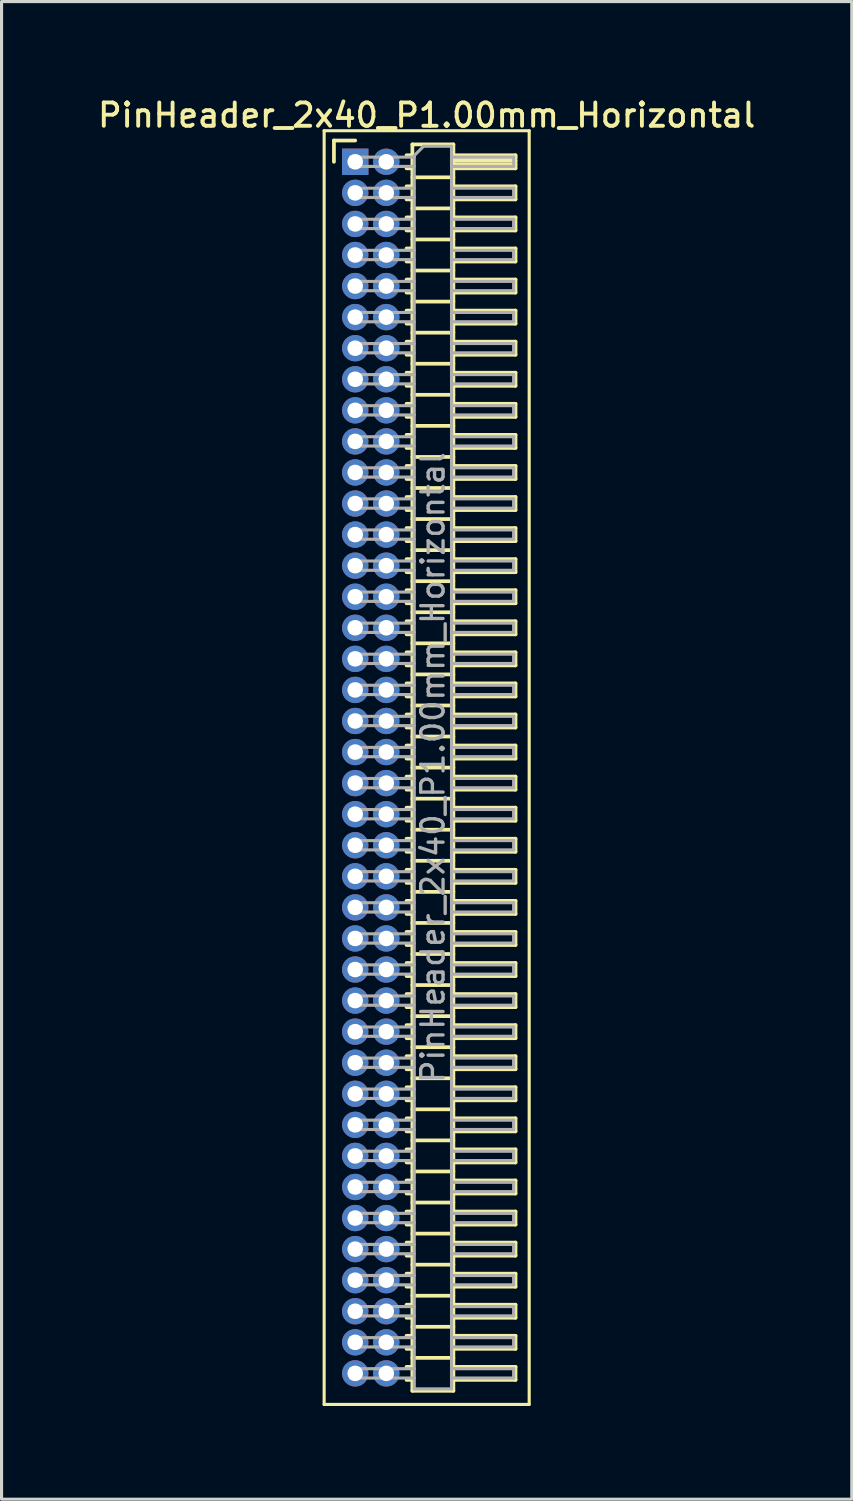
<source format=kicad_pcb>
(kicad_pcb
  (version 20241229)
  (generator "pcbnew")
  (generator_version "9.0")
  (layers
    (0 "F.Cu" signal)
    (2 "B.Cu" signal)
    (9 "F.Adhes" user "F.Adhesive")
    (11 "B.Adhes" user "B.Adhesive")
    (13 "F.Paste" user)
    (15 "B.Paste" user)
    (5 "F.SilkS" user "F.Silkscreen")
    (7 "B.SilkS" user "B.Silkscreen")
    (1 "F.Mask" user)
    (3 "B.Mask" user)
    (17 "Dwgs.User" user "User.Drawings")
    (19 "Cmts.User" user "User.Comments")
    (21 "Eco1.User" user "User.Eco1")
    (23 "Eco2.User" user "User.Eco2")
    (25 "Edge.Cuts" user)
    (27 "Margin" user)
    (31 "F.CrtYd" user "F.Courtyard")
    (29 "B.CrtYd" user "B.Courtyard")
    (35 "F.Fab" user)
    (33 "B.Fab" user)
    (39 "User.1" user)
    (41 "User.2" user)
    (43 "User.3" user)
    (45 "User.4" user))
  (footprint "PinHeader_2x40_P1.00mm_Horizontal"
    (layer "F.Cu")
    (at 8.384 2.158)
    (property "Reference" "PinHeader_2x40_P1.00mm_Horizontal" (at 2.3 -1.5 0) (layer "F.SilkS") (effects (font (size 0.75 0.75) (thickness 0.125))))
    (attr through_hole)
    (fp_line (start -1 -1) (end -1 40) (stroke (width 0.1) (type solid)) (layer "F.SilkS"))
    (fp_line (start -1 40) (end 5.6 40) (stroke (width 0.1) (type solid)) (layer "F.SilkS"))
    (fp_line (start -0.685 -0.685) (end 0 -0.685) (stroke (width 0.12) (type solid)) (layer "F.SilkS"))
    (fp_line (start -0.685 0) (end -0.685 -0.685) (stroke (width 0.12) (type solid)) (layer "F.SilkS"))
    (fp_line (start 1.652 -0.21) (end 1.84 -0.21) (stroke (width 0.12) (type solid)) (layer "F.SilkS"))
    (fp_line (start 1.652 0.21) (end 1.84 0.21) (stroke (width 0.12) (type solid)) (layer "F.SilkS"))
    (fp_line (start 1.652 0.79) (end 1.84 0.79) (stroke (width 0.12) (type solid)) (layer "F.SilkS"))
    (fp_line (start 1.652 1.21) (end 1.84 1.21) (stroke (width 0.12) (type solid)) (layer "F.SilkS"))
    (fp_line (start 1.652 1.79) (end 1.84 1.79) (stroke (width 0.12) (type solid)) (layer "F.SilkS"))
    (fp_line (start 1.652 2.21) (end 1.84 2.21) (stroke (width 0.12) (type solid)) (layer "F.SilkS"))
    (fp_line (start 1.652 2.79) (end 1.84 2.79) (stroke (width 0.12) (type solid)) (layer "F.SilkS"))
    (fp_line (start 1.652 3.21) (end 1.84 3.21) (stroke (width 0.12) (type solid)) (layer "F.SilkS"))
    (fp_line (start 1.652 3.79) (end 1.84 3.79) (stroke (width 0.12) (type solid)) (layer "F.SilkS"))
    (fp_line (start 1.652 4.21) (end 1.84 4.21) (stroke (width 0.12) (type solid)) (layer "F.SilkS"))
    (fp_line (start 1.652 4.79) (end 1.84 4.79) (stroke (width 0.12) (type solid)) (layer "F.SilkS"))
    (fp_line (start 1.652 5.21) (end 1.84 5.21) (stroke (width 0.12) (type solid)) (layer "F.SilkS"))
    (fp_line (start 1.652 5.79) (end 1.84 5.79) (stroke (width 0.12) (type solid)) (layer "F.SilkS"))
    (fp_line (start 1.652 6.21) (end 1.84 6.21) (stroke (width 0.12) (type solid)) (layer "F.SilkS"))
    (fp_line (start 1.652 6.79) (end 1.84 6.79) (stroke (width 0.12) (type solid)) (layer "F.SilkS"))
    (fp_line (start 1.652 7.21) (end 1.84 7.21) (stroke (width 0.12) (type solid)) (layer "F.SilkS"))
    (fp_line (start 1.652 7.79) (end 1.84 7.79) (stroke (width 0.12) (type solid)) (layer "F.SilkS"))
    (fp_line (start 1.652 8.21) (end 1.84 8.21) (stroke (width 0.12) (type solid)) (layer "F.SilkS"))
    (fp_line (start 1.652 8.79) (end 1.84 8.79) (stroke (width 0.12) (type solid)) (layer "F.SilkS"))
    (fp_line (start 1.652 9.21) (end 1.84 9.21) (stroke (width 0.12) (type solid)) (layer "F.SilkS"))
    (fp_line (start 1.652 9.79) (end 1.84 9.79) (stroke (width 0.12) (type solid)) (layer "F.SilkS"))
    (fp_line (start 1.652 10.21) (end 1.84 10.21) (stroke (width 0.12) (type solid)) (layer "F.SilkS"))
    (fp_line (start 1.652 10.79) (end 1.84 10.79) (stroke (width 0.12) (type solid)) (layer "F.SilkS"))
    (fp_line (start 1.652 11.21) (end 1.84 11.21) (stroke (width 0.12) (type solid)) (layer "F.SilkS"))
    (fp_line (start 1.652 11.79) (end 1.84 11.79) (stroke (width 0.12) (type solid)) (layer "F.SilkS"))
    (fp_line (start 1.652 12.21) (end 1.84 12.21) (stroke (width 0.12) (type solid)) (layer "F.SilkS"))
    (fp_line (start 1.652 12.79) (end 1.84 12.79) (stroke (width 0.12) (type solid)) (layer "F.SilkS"))
    (fp_line (start 1.652 13.21) (end 1.84 13.21) (stroke (width 0.12) (type solid)) (layer "F.SilkS"))
    (fp_line (start 1.652 13.79) (end 1.84 13.79) (stroke (width 0.12) (type solid)) (layer "F.SilkS"))
    (fp_line (start 1.652 14.21) (end 1.84 14.21) (stroke (width 0.12) (type solid)) (layer "F.SilkS"))
    (fp_line (start 1.652 14.79) (end 1.84 14.79) (stroke (width 0.12) (type solid)) (layer "F.SilkS"))
    (fp_line (start 1.652 15.21) (end 1.84 15.21) (stroke (width 0.12) (type solid)) (layer "F.SilkS"))
    (fp_line (start 1.652 15.79) (end 1.84 15.79) (stroke (width 0.12) (type solid)) (layer "F.SilkS"))
    (fp_line (start 1.652 16.21) (end 1.84 16.21) (stroke (width 0.12) (type solid)) (layer "F.SilkS"))
    (fp_line (start 1.652 16.79) (end 1.84 16.79) (stroke (width 0.12) (type solid)) (layer "F.SilkS"))
    (fp_line (start 1.652 17.21) (end 1.84 17.21) (stroke (width 0.12) (type solid)) (layer "F.SilkS"))
    (fp_line (start 1.652 17.79) (end 1.84 17.79) (stroke (width 0.12) (type solid)) (layer "F.SilkS"))
    (fp_line (start 1.652 18.21) (end 1.84 18.21) (stroke (width 0.12) (type solid)) (layer "F.SilkS"))
    (fp_line (start 1.652 18.79) (end 1.84 18.79) (stroke (width 0.12) (type solid)) (layer "F.SilkS"))
    (fp_line (start 1.652 19.21) (end 1.84 19.21) (stroke (width 0.12) (type solid)) (layer "F.SilkS"))
    (fp_line (start 1.652 19.79) (end 1.84 19.79) (stroke (width 0.12) (type solid)) (layer "F.SilkS"))
    (fp_line (start 1.652 20.21) (end 1.84 20.21) (stroke (width 0.12) (type solid)) (layer "F.SilkS"))
    (fp_line (start 1.652 20.79) (end 1.84 20.79) (stroke (width 0.12) (type solid)) (layer "F.SilkS"))
    (fp_line (start 1.652 21.21) (end 1.84 21.21) (stroke (width 0.12) (type solid)) (layer "F.SilkS"))
    (fp_line (start 1.652 21.79) (end 1.84 21.79) (stroke (width 0.12) (type solid)) (layer "F.SilkS"))
    (fp_line (start 1.652 22.21) (end 1.84 22.21) (stroke (width 0.12) (type solid)) (layer "F.SilkS"))
    (fp_line (start 1.652 22.79) (end 1.84 22.79) (stroke (width 0.12) (type solid)) (layer "F.SilkS"))
    (fp_line (start 1.652 23.21) (end 1.84 23.21) (stroke (width 0.12) (type solid)) (layer "F.SilkS"))
    (fp_line (start 1.652 23.79) (end 1.84 23.79) (stroke (width 0.12) (type solid)) (layer "F.SilkS"))
    (fp_line (start 1.652 24.21) (end 1.84 24.21) (stroke (width 0.12) (type solid)) (layer "F.SilkS"))
    (fp_line (start 1.652 24.79) (end 1.84 24.79) (stroke (width 0.12) (type solid)) (layer "F.SilkS"))
    (fp_line (start 1.652 25.21) (end 1.84 25.21) (stroke (width 0.12) (type solid)) (layer "F.SilkS"))
    (fp_line (start 1.652 25.79) (end 1.84 25.79) (stroke (width 0.12) (type solid)) (layer "F.SilkS"))
    (fp_line (start 1.652 26.21) (end 1.84 26.21) (stroke (width 0.12) (type solid)) (layer "F.SilkS"))
    (fp_line (start 1.652 26.79) (end 1.84 26.79) (stroke (width 0.12) (type solid)) (layer "F.SilkS"))
    (fp_line (start 1.652 27.21) (end 1.84 27.21) (stroke (width 0.12) (type solid)) (layer "F.SilkS"))
    (fp_line (start 1.652 27.79) (end 1.84 27.79) (stroke (width 0.12) (type solid)) (layer "F.SilkS"))
    (fp_line (start 1.652 28.21) (end 1.84 28.21) (stroke (width 0.12) (type solid)) (layer "F.SilkS"))
    (fp_line (start 1.652 28.79) (end 1.84 28.79) (stroke (width 0.12) (type solid)) (layer "F.SilkS"))
    (fp_line (start 1.652 29.21) (end 1.84 29.21) (stroke (width 0.12) (type solid)) (layer "F.SilkS"))
    (fp_line (start 1.652 29.79) (end 1.84 29.79) (stroke (width 0.12) (type solid)) (layer "F.SilkS"))
    (fp_line (start 1.652 30.21) (end 1.84 30.21) (stroke (width 0.12) (type solid)) (layer "F.SilkS"))
    (fp_line (start 1.652 30.79) (end 1.84 30.79) (stroke (width 0.12) (type solid)) (layer "F.SilkS"))
    (fp_line (start 1.652 31.21) (end 1.84 31.21) (stroke (width 0.12) (type solid)) (layer "F.SilkS"))
    (fp_line (start 1.652 31.79) (end 1.84 31.79) (stroke (width 0.12) (type solid)) (layer "F.SilkS"))
    (fp_line (start 1.652 32.21) (end 1.84 32.21) (stroke (width 0.12) (type solid)) (layer "F.SilkS"))
    (fp_line (start 1.652 32.79) (end 1.84 32.79) (stroke (width 0.12) (type solid)) (layer "F.SilkS"))
    (fp_line (start 1.652 33.21) (end 1.84 33.21) (stroke (width 0.12) (type solid)) (layer "F.SilkS"))
    (fp_line (start 1.652 33.79) (end 1.84 33.79) (stroke (width 0.12) (type solid)) (layer "F.SilkS"))
    (fp_line (start 1.652 34.21) (end 1.84 34.21) (stroke (width 0.12) (type solid)) (layer "F.SilkS"))
    (fp_line (start 1.652 34.79) (end 1.84 34.79) (stroke (width 0.12) (type solid)) (layer "F.SilkS"))
    (fp_line (start 1.652 35.21) (end 1.84 35.21) (stroke (width 0.12) (type solid)) (layer "F.SilkS"))
    (fp_line (start 1.652 35.79) (end 1.84 35.79) (stroke (width 0.12) (type solid)) (layer "F.SilkS"))
    (fp_line (start 1.652 36.21) (end 1.84 36.21) (stroke (width 0.12) (type solid)) (layer "F.SilkS"))
    (fp_line (start 1.652 36.79) (end 1.84 36.79) (stroke (width 0.12) (type solid)) (layer "F.SilkS"))
    (fp_line (start 1.652 37.21) (end 1.84 37.21) (stroke (width 0.12) (type solid)) (layer "F.SilkS"))
    (fp_line (start 1.652 37.79) (end 1.84 37.79) (stroke (width 0.12) (type solid)) (layer "F.SilkS"))
    (fp_line (start 1.652 38.21) (end 1.84 38.21) (stroke (width 0.12) (type solid)) (layer "F.SilkS"))
    (fp_line (start 1.652 38.79) (end 1.84 38.79) (stroke (width 0.12) (type solid)) (layer "F.SilkS"))
    (fp_line (start 1.652 39.21) (end 1.84 39.21) (stroke (width 0.12) (type solid)) (layer "F.SilkS"))
    (fp_line (start 1.84 -0.56) (end 1.84 39.56) (stroke (width 0.12) (type solid)) (layer "F.SilkS"))
    (fp_line (start 1.84 0.5) (end 3.16 0.5) (stroke (width 0.12) (type solid)) (layer "F.SilkS"))
    (fp_line (start 1.84 1.5) (end 3.16 1.5) (stroke (width 0.12) (type solid)) (layer "F.SilkS"))
    (fp_line (start 1.84 2.5) (end 3.16 2.5) (stroke (width 0.12) (type solid)) (layer "F.SilkS"))
    (fp_line (start 1.84 3.5) (end 3.16 3.5) (stroke (width 0.12) (type solid)) (layer "F.SilkS"))
    (fp_line (start 1.84 4.5) (end 3.16 4.5) (stroke (width 0.12) (type solid)) (layer "F.SilkS"))
    (fp_line (start 1.84 5.5) (end 3.16 5.5) (stroke (width 0.12) (type solid)) (layer "F.SilkS"))
    (fp_line (start 1.84 6.5) (end 3.16 6.5) (stroke (width 0.12) (type solid)) (layer "F.SilkS"))
    (fp_line (start 1.84 7.5) (end 3.16 7.5) (stroke (width 0.12) (type solid)) (layer "F.SilkS"))
    (fp_line (start 1.84 8.5) (end 3.16 8.5) (stroke (width 0.12) (type solid)) (layer "F.SilkS"))
    (fp_line (start 1.84 9.5) (end 3.16 9.5) (stroke (width 0.12) (type solid)) (layer "F.SilkS"))
    (fp_line (start 1.84 10.5) (end 3.16 10.5) (stroke (width 0.12) (type solid)) (layer "F.SilkS"))
    (fp_line (start 1.84 11.5) (end 3.16 11.5) (stroke (width 0.12) (type solid)) (layer "F.SilkS"))
    (fp_line (start 1.84 12.5) (end 3.16 12.5) (stroke (width 0.12) (type solid)) (layer "F.SilkS"))
    (fp_line (start 1.84 13.5) (end 3.16 13.5) (stroke (width 0.12) (type solid)) (layer "F.SilkS"))
    (fp_line (start 1.84 14.5) (end 3.16 14.5) (stroke (width 0.12) (type solid)) (layer "F.SilkS"))
    (fp_line (start 1.84 15.5) (end 3.16 15.5) (stroke (width 0.12) (type solid)) (layer "F.SilkS"))
    (fp_line (start 1.84 16.5) (end 3.16 16.5) (stroke (width 0.12) (type solid)) (layer "F.SilkS"))
    (fp_line (start 1.84 17.5) (end 3.16 17.5) (stroke (width 0.12) (type solid)) (layer "F.SilkS"))
    (fp_line (start 1.84 18.5) (end 3.16 18.5) (stroke (width 0.12) (type solid)) (layer "F.SilkS"))
    (fp_line (start 1.84 19.5) (end 3.16 19.5) (stroke (width 0.12) (type solid)) (layer "F.SilkS"))
    (fp_line (start 1.84 20.5) (end 3.16 20.5) (stroke (width 0.12) (type solid)) (layer "F.SilkS"))
    (fp_line (start 1.84 21.5) (end 3.16 21.5) (stroke (width 0.12) (type solid)) (layer "F.SilkS"))
    (fp_line (start 1.84 22.5) (end 3.16 22.5) (stroke (width 0.12) (type solid)) (layer "F.SilkS"))
    (fp_line (start 1.84 23.5) (end 3.16 23.5) (stroke (width 0.12) (type solid)) (layer "F.SilkS"))
    (fp_line (start 1.84 24.5) (end 3.16 24.5) (stroke (width 0.12) (type solid)) (layer "F.SilkS"))
    (fp_line (start 1.84 25.5) (end 3.16 25.5) (stroke (width 0.12) (type solid)) (layer "F.SilkS"))
    (fp_line (start 1.84 26.5) (end 3.16 26.5) (stroke (width 0.12) (type solid)) (layer "F.SilkS"))
    (fp_line (start 1.84 27.5) (end 3.16 27.5) (stroke (width 0.12) (type solid)) (layer "F.SilkS"))
    (fp_line (start 1.84 28.5) (end 3.16 28.5) (stroke (width 0.12) (type solid)) (layer "F.SilkS"))
    (fp_line (start 1.84 29.5) (end 3.16 29.5) (stroke (width 0.12) (type solid)) (layer "F.SilkS"))
    (fp_line (start 1.84 30.5) (end 3.16 30.5) (stroke (width 0.12) (type solid)) (layer "F.SilkS"))
    (fp_line (start 1.84 31.5) (end 3.16 31.5) (stroke (width 0.12) (type solid)) (layer "F.SilkS"))
    (fp_line (start 1.84 32.5) (end 3.16 32.5) (stroke (width 0.12) (type solid)) (layer "F.SilkS"))
    (fp_line (start 1.84 33.5) (end 3.16 33.5) (stroke (width 0.12) (type solid)) (layer "F.SilkS"))
    (fp_line (start 1.84 34.5) (end 3.16 34.5) (stroke (width 0.12) (type solid)) (layer "F.SilkS"))
    (fp_line (start 1.84 35.5) (end 3.16 35.5) (stroke (width 0.12) (type solid)) (layer "F.SilkS"))
    (fp_line (start 1.84 36.5) (end 3.16 36.5) (stroke (width 0.12) (type solid)) (layer "F.SilkS"))
    (fp_line (start 1.84 37.5) (end 3.16 37.5) (stroke (width 0.12) (type solid)) (layer "F.SilkS"))
    (fp_line (start 1.84 38.5) (end 3.16 38.5) (stroke (width 0.12) (type solid)) (layer "F.SilkS"))
    (fp_line (start 1.84 39.56) (end 3.16 39.56) (stroke (width 0.12) (type solid)) (layer "F.SilkS"))
    (fp_line (start 3.16 -0.56) (end 1.84 -0.56) (stroke (width 0.12) (type solid)) (layer "F.SilkS"))
    (fp_line (start 3.16 -0.21) (end 5.16 -0.21) (stroke (width 0.12) (type solid)) (layer "F.SilkS"))
    (fp_line (start 3.16 -0.15) (end 5.16 -0.15) (stroke (width 0.12) (type solid)) (layer "F.SilkS"))
    (fp_line (start 3.16 -0.03) (end 5.16 -0.03) (stroke (width 0.12) (type solid)) (layer "F.SilkS"))
    (fp_line (start 3.16 0.09) (end 5.16 0.09) (stroke (width 0.12) (type solid)) (layer "F.SilkS"))
    (fp_line (start 3.16 0.79) (end 5.16 0.79) (stroke (width 0.12) (type solid)) (layer "F.SilkS"))
    (fp_line (start 3.16 1.79) (end 5.16 1.79) (stroke (width 0.12) (type solid)) (layer "F.SilkS"))
    (fp_line (start 3.16 2.79) (end 5.16 2.79) (stroke (width 0.12) (type solid)) (layer "F.SilkS"))
    (fp_line (start 3.16 3.79) (end 5.16 3.79) (stroke (width 0.12) (type solid)) (layer "F.SilkS"))
    (fp_line (start 3.16 4.79) (end 5.16 4.79) (stroke (width 0.12) (type solid)) (layer "F.SilkS"))
    (fp_line (start 3.16 5.79) (end 5.16 5.79) (stroke (width 0.12) (type solid)) (layer "F.SilkS"))
    (fp_line (start 3.16 6.79) (end 5.16 6.79) (stroke (width 0.12) (type solid)) (layer "F.SilkS"))
    (fp_line (start 3.16 7.79) (end 5.16 7.79) (stroke (width 0.12) (type solid)) (layer "F.SilkS"))
    (fp_line (start 3.16 8.79) (end 5.16 8.79) (stroke (width 0.12) (type solid)) (layer "F.SilkS"))
    (fp_line (start 3.16 9.79) (end 5.16 9.79) (stroke (width 0.12) (type solid)) (layer "F.SilkS"))
    (fp_line (start 3.16 10.79) (end 5.16 10.79) (stroke (width 0.12) (type solid)) (layer "F.SilkS"))
    (fp_line (start 3.16 11.79) (end 5.16 11.79) (stroke (width 0.12) (type solid)) (layer "F.SilkS"))
    (fp_line (start 3.16 12.79) (end 5.16 12.79) (stroke (width 0.12) (type solid)) (layer "F.SilkS"))
    (fp_line (start 3.16 13.79) (end 5.16 13.79) (stroke (width 0.12) (type solid)) (layer "F.SilkS"))
    (fp_line (start 3.16 14.79) (end 5.16 14.79) (stroke (width 0.12) (type solid)) (layer "F.SilkS"))
    (fp_line (start 3.16 15.79) (end 5.16 15.79) (stroke (width 0.12) (type solid)) (layer "F.SilkS"))
    (fp_line (start 3.16 16.79) (end 5.16 16.79) (stroke (width 0.12) (type solid)) (layer "F.SilkS"))
    (fp_line (start 3.16 17.79) (end 5.16 17.79) (stroke (width 0.12) (type solid)) (layer "F.SilkS"))
    (fp_line (start 3.16 18.79) (end 5.16 18.79) (stroke (width 0.12) (type solid)) (layer "F.SilkS"))
    (fp_line (start 3.16 19.79) (end 5.16 19.79) (stroke (width 0.12) (type solid)) (layer "F.SilkS"))
    (fp_line (start 3.16 20.79) (end 5.16 20.79) (stroke (width 0.12) (type solid)) (layer "F.SilkS"))
    (fp_line (start 3.16 21.79) (end 5.16 21.79) (stroke (width 0.12) (type solid)) (layer "F.SilkS"))
    (fp_line (start 3.16 22.79) (end 5.16 22.79) (stroke (width 0.12) (type solid)) (layer "F.SilkS"))
    (fp_line (start 3.16 23.79) (end 5.16 23.79) (stroke (width 0.12) (type solid)) (layer "F.SilkS"))
    (fp_line (start 3.16 24.79) (end 5.16 24.79) (stroke (width 0.12) (type solid)) (layer "F.SilkS"))
    (fp_line (start 3.16 25.79) (end 5.16 25.79) (stroke (width 0.12) (type solid)) (layer "F.SilkS"))
    (fp_line (start 3.16 26.79) (end 5.16 26.79) (stroke (width 0.12) (type solid)) (layer "F.SilkS"))
    (fp_line (start 3.16 27.79) (end 5.16 27.79) (stroke (width 0.12) (type solid)) (layer "F.SilkS"))
    (fp_line (start 3.16 28.79) (end 5.16 28.79) (stroke (width 0.12) (type solid)) (layer "F.SilkS"))
    (fp_line (start 3.16 29.79) (end 5.16 29.79) (stroke (width 0.12) (type solid)) (layer "F.SilkS"))
    (fp_line (start 3.16 30.79) (end 5.16 30.79) (stroke (width 0.12) (type solid)) (layer "F.SilkS"))
    (fp_line (start 3.16 31.79) (end 5.16 31.79) (stroke (width 0.12) (type solid)) (layer "F.SilkS"))
    (fp_line (start 3.16 32.79) (end 5.16 32.79) (stroke (width 0.12) (type solid)) (layer "F.SilkS"))
    (fp_line (start 3.16 33.79) (end 5.16 33.79) (stroke (width 0.12) (type solid)) (layer "F.SilkS"))
    (fp_line (start 3.16 34.79) (end 5.16 34.79) (stroke (width 0.12) (type solid)) (layer "F.SilkS"))
    (fp_line (start 3.16 35.79) (end 5.16 35.79) (stroke (width 0.12) (type solid)) (layer "F.SilkS"))
    (fp_line (start 3.16 36.79) (end 5.16 36.79) (stroke (width 0.12) (type solid)) (layer "F.SilkS"))
    (fp_line (start 3.16 37.79) (end 5.16 37.79) (stroke (width 0.12) (type solid)) (layer "F.SilkS"))
    (fp_line (start 3.16 38.79) (end 5.16 38.79) (stroke (width 0.12) (type solid)) (layer "F.SilkS"))
    (fp_line (start 3.16 39.56) (end 3.16 -0.56) (stroke (width 0.12) (type solid)) (layer "F.SilkS"))
    (fp_line (start 5.16 -0.21) (end 5.16 0.21) (stroke (width 0.12) (type solid)) (layer "F.SilkS"))
    (fp_line (start 5.16 0.21) (end 3.16 0.21) (stroke (width 0.12) (type solid)) (layer "F.SilkS"))
    (fp_line (start 5.16 0.79) (end 5.16 1.21) (stroke (width 0.12) (type solid)) (layer "F.SilkS"))
    (fp_line (start 5.16 1.21) (end 3.16 1.21) (stroke (width 0.12) (type solid)) (layer "F.SilkS"))
    (fp_line (start 5.16 1.79) (end 5.16 2.21) (stroke (width 0.12) (type solid)) (layer "F.SilkS"))
    (fp_line (start 5.16 2.21) (end 3.16 2.21) (stroke (width 0.12) (type solid)) (layer "F.SilkS"))
    (fp_line (start 5.16 2.79) (end 5.16 3.21) (stroke (width 0.12) (type solid)) (layer "F.SilkS"))
    (fp_line (start 5.16 3.21) (end 3.16 3.21) (stroke (width 0.12) (type solid)) (layer "F.SilkS"))
    (fp_line (start 5.16 3.79) (end 5.16 4.21) (stroke (width 0.12) (type solid)) (layer "F.SilkS"))
    (fp_line (start 5.16 4.21) (end 3.16 4.21) (stroke (width 0.12) (type solid)) (layer "F.SilkS"))
    (fp_line (start 5.16 4.79) (end 5.16 5.21) (stroke (width 0.12) (type solid)) (layer "F.SilkS"))
    (fp_line (start 5.16 5.21) (end 3.16 5.21) (stroke (width 0.12) (type solid)) (layer "F.SilkS"))
    (fp_line (start 5.16 5.79) (end 5.16 6.21) (stroke (width 0.12) (type solid)) (layer "F.SilkS"))
    (fp_line (start 5.16 6.21) (end 3.16 6.21) (stroke (width 0.12) (type solid)) (layer "F.SilkS"))
    (fp_line (start 5.16 6.79) (end 5.16 7.21) (stroke (width 0.12) (type solid)) (layer "F.SilkS"))
    (fp_line (start 5.16 7.21) (end 3.16 7.21) (stroke (width 0.12) (type solid)) (layer "F.SilkS"))
    (fp_line (start 5.16 7.79) (end 5.16 8.21) (stroke (width 0.12) (type solid)) (layer "F.SilkS"))
    (fp_line (start 5.16 8.21) (end 3.16 8.21) (stroke (width 0.12) (type solid)) (layer "F.SilkS"))
    (fp_line (start 5.16 8.79) (end 5.16 9.21) (stroke (width 0.12) (type solid)) (layer "F.SilkS"))
    (fp_line (start 5.16 9.21) (end 3.16 9.21) (stroke (width 0.12) (type solid)) (layer "F.SilkS"))
    (fp_line (start 5.16 9.79) (end 5.16 10.21) (stroke (width 0.12) (type solid)) (layer "F.SilkS"))
    (fp_line (start 5.16 10.21) (end 3.16 10.21) (stroke (width 0.12) (type solid)) (layer "F.SilkS"))
    (fp_line (start 5.16 10.79) (end 5.16 11.21) (stroke (width 0.12) (type solid)) (layer "F.SilkS"))
    (fp_line (start 5.16 11.21) (end 3.16 11.21) (stroke (width 0.12) (type solid)) (layer "F.SilkS"))
    (fp_line (start 5.16 11.79) (end 5.16 12.21) (stroke (width 0.12) (type solid)) (layer "F.SilkS"))
    (fp_line (start 5.16 12.21) (end 3.16 12.21) (stroke (width 0.12) (type solid)) (layer "F.SilkS"))
    (fp_line (start 5.16 12.79) (end 5.16 13.21) (stroke (width 0.12) (type solid)) (layer "F.SilkS"))
    (fp_line (start 5.16 13.21) (end 3.16 13.21) (stroke (width 0.12) (type solid)) (layer "F.SilkS"))
    (fp_line (start 5.16 13.79) (end 5.16 14.21) (stroke (width 0.12) (type solid)) (layer "F.SilkS"))
    (fp_line (start 5.16 14.21) (end 3.16 14.21) (stroke (width 0.12) (type solid)) (layer "F.SilkS"))
    (fp_line (start 5.16 14.79) (end 5.16 15.21) (stroke (width 0.12) (type solid)) (layer "F.SilkS"))
    (fp_line (start 5.16 15.21) (end 3.16 15.21) (stroke (width 0.12) (type solid)) (layer "F.SilkS"))
    (fp_line (start 5.16 15.79) (end 5.16 16.21) (stroke (width 0.12) (type solid)) (layer "F.SilkS"))
    (fp_line (start 5.16 16.21) (end 3.16 16.21) (stroke (width 0.12) (type solid)) (layer "F.SilkS"))
    (fp_line (start 5.16 16.79) (end 5.16 17.21) (stroke (width 0.12) (type solid)) (layer "F.SilkS"))
    (fp_line (start 5.16 17.21) (end 3.16 17.21) (stroke (width 0.12) (type solid)) (layer "F.SilkS"))
    (fp_line (start 5.16 17.79) (end 5.16 18.21) (stroke (width 0.12) (type solid)) (layer "F.SilkS"))
    (fp_line (start 5.16 18.21) (end 3.16 18.21) (stroke (width 0.12) (type solid)) (layer "F.SilkS"))
    (fp_line (start 5.16 18.79) (end 5.16 19.21) (stroke (width 0.12) (type solid)) (layer "F.SilkS"))
    (fp_line (start 5.16 19.21) (end 3.16 19.21) (stroke (width 0.12) (type solid)) (layer "F.SilkS"))
    (fp_line (start 5.16 19.79) (end 5.16 20.21) (stroke (width 0.12) (type solid)) (layer "F.SilkS"))
    (fp_line (start 5.16 20.21) (end 3.16 20.21) (stroke (width 0.12) (type solid)) (layer "F.SilkS"))
    (fp_line (start 5.16 20.79) (end 5.16 21.21) (stroke (width 0.12) (type solid)) (layer "F.SilkS"))
    (fp_line (start 5.16 21.21) (end 3.16 21.21) (stroke (width 0.12) (type solid)) (layer "F.SilkS"))
    (fp_line (start 5.16 21.79) (end 5.16 22.21) (stroke (width 0.12) (type solid)) (layer "F.SilkS"))
    (fp_line (start 5.16 22.21) (end 3.16 22.21) (stroke (width 0.12) (type solid)) (layer "F.SilkS"))
    (fp_line (start 5.16 22.79) (end 5.16 23.21) (stroke (width 0.12) (type solid)) (layer "F.SilkS"))
    (fp_line (start 5.16 23.21) (end 3.16 23.21) (stroke (width 0.12) (type solid)) (layer "F.SilkS"))
    (fp_line (start 5.16 23.79) (end 5.16 24.21) (stroke (width 0.12) (type solid)) (layer "F.SilkS"))
    (fp_line (start 5.16 24.21) (end 3.16 24.21) (stroke (width 0.12) (type solid)) (layer "F.SilkS"))
    (fp_line (start 5.16 24.79) (end 5.16 25.21) (stroke (width 0.12) (type solid)) (layer "F.SilkS"))
    (fp_line (start 5.16 25.21) (end 3.16 25.21) (stroke (width 0.12) (type solid)) (layer "F.SilkS"))
    (fp_line (start 5.16 25.79) (end 5.16 26.21) (stroke (width 0.12) (type solid)) (layer "F.SilkS"))
    (fp_line (start 5.16 26.21) (end 3.16 26.21) (stroke (width 0.12) (type solid)) (layer "F.SilkS"))
    (fp_line (start 5.16 26.79) (end 5.16 27.21) (stroke (width 0.12) (type solid)) (layer "F.SilkS"))
    (fp_line (start 5.16 27.21) (end 3.16 27.21) (stroke (width 0.12) (type solid)) (layer "F.SilkS"))
    (fp_line (start 5.16 27.79) (end 5.16 28.21) (stroke (width 0.12) (type solid)) (layer "F.SilkS"))
    (fp_line (start 5.16 28.21) (end 3.16 28.21) (stroke (width 0.12) (type solid)) (layer "F.SilkS"))
    (fp_line (start 5.16 28.79) (end 5.16 29.21) (stroke (width 0.12) (type solid)) (layer "F.SilkS"))
    (fp_line (start 5.16 29.21) (end 3.16 29.21) (stroke (width 0.12) (type solid)) (layer "F.SilkS"))
    (fp_line (start 5.16 29.79) (end 5.16 30.21) (stroke (width 0.12) (type solid)) (layer "F.SilkS"))
    (fp_line (start 5.16 30.21) (end 3.16 30.21) (stroke (width 0.12) (type solid)) (layer "F.SilkS"))
    (fp_line (start 5.16 30.79) (end 5.16 31.21) (stroke (width 0.12) (type solid)) (layer "F.SilkS"))
    (fp_line (start 5.16 31.21) (end 3.16 31.21) (stroke (width 0.12) (type solid)) (layer "F.SilkS"))
    (fp_line (start 5.16 31.79) (end 5.16 32.21) (stroke (width 0.12) (type solid)) (layer "F.SilkS"))
    (fp_line (start 5.16 32.21) (end 3.16 32.21) (stroke (width 0.12) (type solid)) (layer "F.SilkS"))
    (fp_line (start 5.16 32.79) (end 5.16 33.21) (stroke (width 0.12) (type solid)) (layer "F.SilkS"))
    (fp_line (start 5.16 33.21) (end 3.16 33.21) (stroke (width 0.12) (type solid)) (layer "F.SilkS"))
    (fp_line (start 5.16 33.79) (end 5.16 34.21) (stroke (width 0.12) (type solid)) (layer "F.SilkS"))
    (fp_line (start 5.16 34.21) (end 3.16 34.21) (stroke (width 0.12) (type solid)) (layer "F.SilkS"))
    (fp_line (start 5.16 34.79) (end 5.16 35.21) (stroke (width 0.12) (type solid)) (layer "F.SilkS"))
    (fp_line (start 5.16 35.21) (end 3.16 35.21) (stroke (width 0.12) (type solid)) (layer "F.SilkS"))
    (fp_line (start 5.16 35.79) (end 5.16 36.21) (stroke (width 0.12) (type solid)) (layer "F.SilkS"))
    (fp_line (start 5.16 36.21) (end 3.16 36.21) (stroke (width 0.12) (type solid)) (layer "F.SilkS"))
    (fp_line (start 5.16 36.79) (end 5.16 37.21) (stroke (width 0.12) (type solid)) (layer "F.SilkS"))
    (fp_line (start 5.16 37.21) (end 3.16 37.21) (stroke (width 0.12) (type solid)) (layer "F.SilkS"))
    (fp_line (start 5.16 37.79) (end 5.16 38.21) (stroke (width 0.12) (type solid)) (layer "F.SilkS"))
    (fp_line (start 5.16 38.21) (end 3.16 38.21) (stroke (width 0.12) (type solid)) (layer "F.SilkS"))
    (fp_line (start 5.16 38.79) (end 5.16 39.21) (stroke (width 0.12) (type solid)) (layer "F.SilkS"))
    (fp_line (start 5.16 39.21) (end 3.16 39.21) (stroke (width 0.12) (type solid)) (layer "F.SilkS"))
    (fp_line (start 5.6 -1) (end -1 -1) (stroke (width 0.1) (type solid)) (layer "F.SilkS"))
    (fp_line (start 5.6 40) (end 5.6 -1) (stroke (width 0.1) (type solid)) (layer "F.SilkS"))
    (fp_line (start -0.15 -0.15) (end -0.15 0.15) (stroke (width 0.1) (type solid)) (layer "F.Fab"))
    (fp_line (start -0.15 -0.15) (end 1.9 -0.15) (stroke (width 0.1) (type solid)) (layer "F.Fab"))
    (fp_line (start -0.15 0.15) (end 1.9 0.15) (stroke (width 0.1) (type solid)) (layer "F.Fab"))
    (fp_line (start -0.15 0.85) (end -0.15 1.15) (stroke (width 0.1) (type solid)) (layer "F.Fab"))
    (fp_line (start -0.15 0.85) (end 1.9 0.85) (stroke (width 0.1) (type solid)) (layer "F.Fab"))
    (fp_line (start -0.15 1.15) (end 1.9 1.15) (stroke (width 0.1) (type solid)) (layer "F.Fab"))
    (fp_line (start -0.15 1.85) (end -0.15 2.15) (stroke (width 0.1) (type solid)) (layer "F.Fab"))
    (fp_line (start -0.15 1.85) (end 1.9 1.85) (stroke (width 0.1) (type solid)) (layer "F.Fab"))
    (fp_line (start -0.15 2.15) (end 1.9 2.15) (stroke (width 0.1) (type solid)) (layer "F.Fab"))
    (fp_line (start -0.15 2.85) (end -0.15 3.15) (stroke (width 0.1) (type solid)) (layer "F.Fab"))
    (fp_line (start -0.15 2.85) (end 1.9 2.85) (stroke (width 0.1) (type solid)) (layer "F.Fab"))
    (fp_line (start -0.15 3.15) (end 1.9 3.15) (stroke (width 0.1) (type solid)) (layer "F.Fab"))
    (fp_line (start -0.15 3.85) (end -0.15 4.15) (stroke (width 0.1) (type solid)) (layer "F.Fab"))
    (fp_line (start -0.15 3.85) (end 1.9 3.85) (stroke (width 0.1) (type solid)) (layer "F.Fab"))
    (fp_line (start -0.15 4.15) (end 1.9 4.15) (stroke (width 0.1) (type solid)) (layer "F.Fab"))
    (fp_line (start -0.15 4.85) (end -0.15 5.15) (stroke (width 0.1) (type solid)) (layer "F.Fab"))
    (fp_line (start -0.15 4.85) (end 1.9 4.85) (stroke (width 0.1) (type solid)) (layer "F.Fab"))
    (fp_line (start -0.15 5.15) (end 1.9 5.15) (stroke (width 0.1) (type solid)) (layer "F.Fab"))
    (fp_line (start -0.15 5.85) (end -0.15 6.15) (stroke (width 0.1) (type solid)) (layer "F.Fab"))
    (fp_line (start -0.15 5.85) (end 1.9 5.85) (stroke (width 0.1) (type solid)) (layer "F.Fab"))
    (fp_line (start -0.15 6.15) (end 1.9 6.15) (stroke (width 0.1) (type solid)) (layer "F.Fab"))
    (fp_line (start -0.15 6.85) (end -0.15 7.15) (stroke (width 0.1) (type solid)) (layer "F.Fab"))
    (fp_line (start -0.15 6.85) (end 1.9 6.85) (stroke (width 0.1) (type solid)) (layer "F.Fab"))
    (fp_line (start -0.15 7.15) (end 1.9 7.15) (stroke (width 0.1) (type solid)) (layer "F.Fab"))
    (fp_line (start -0.15 7.85) (end -0.15 8.15) (stroke (width 0.1) (type solid)) (layer "F.Fab"))
    (fp_line (start -0.15 7.85) (end 1.9 7.85) (stroke (width 0.1) (type solid)) (layer "F.Fab"))
    (fp_line (start -0.15 8.15) (end 1.9 8.15) (stroke (width 0.1) (type solid)) (layer "F.Fab"))
    (fp_line (start -0.15 8.85) (end -0.15 9.15) (stroke (width 0.1) (type solid)) (layer "F.Fab"))
    (fp_line (start -0.15 8.85) (end 1.9 8.85) (stroke (width 0.1) (type solid)) (layer "F.Fab"))
    (fp_line (start -0.15 9.15) (end 1.9 9.15) (stroke (width 0.1) (type solid)) (layer "F.Fab"))
    (fp_line (start -0.15 9.85) (end -0.15 10.15) (stroke (width 0.1) (type solid)) (layer "F.Fab"))
    (fp_line (start -0.15 9.85) (end 1.9 9.85) (stroke (width 0.1) (type solid)) (layer "F.Fab"))
    (fp_line (start -0.15 10.15) (end 1.9 10.15) (stroke (width 0.1) (type solid)) (layer "F.Fab"))
    (fp_line (start -0.15 10.85) (end -0.15 11.15) (stroke (width 0.1) (type solid)) (layer "F.Fab"))
    (fp_line (start -0.15 10.85) (end 1.9 10.85) (stroke (width 0.1) (type solid)) (layer "F.Fab"))
    (fp_line (start -0.15 11.15) (end 1.9 11.15) (stroke (width 0.1) (type solid)) (layer "F.Fab"))
    (fp_line (start -0.15 11.85) (end -0.15 12.15) (stroke (width 0.1) (type solid)) (layer "F.Fab"))
    (fp_line (start -0.15 11.85) (end 1.9 11.85) (stroke (width 0.1) (type solid)) (layer "F.Fab"))
    (fp_line (start -0.15 12.15) (end 1.9 12.15) (stroke (width 0.1) (type solid)) (layer "F.Fab"))
    (fp_line (start -0.15 12.85) (end -0.15 13.15) (stroke (width 0.1) (type solid)) (layer "F.Fab"))
    (fp_line (start -0.15 12.85) (end 1.9 12.85) (stroke (width 0.1) (type solid)) (layer "F.Fab"))
    (fp_line (start -0.15 13.15) (end 1.9 13.15) (stroke (width 0.1) (type solid)) (layer "F.Fab"))
    (fp_line (start -0.15 13.85) (end -0.15 14.15) (stroke (width 0.1) (type solid)) (layer "F.Fab"))
    (fp_line (start -0.15 13.85) (end 1.9 13.85) (stroke (width 0.1) (type solid)) (layer "F.Fab"))
    (fp_line (start -0.15 14.15) (end 1.9 14.15) (stroke (width 0.1) (type solid)) (layer "F.Fab"))
    (fp_line (start -0.15 14.85) (end -0.15 15.15) (stroke (width 0.1) (type solid)) (layer "F.Fab"))
    (fp_line (start -0.15 14.85) (end 1.9 14.85) (stroke (width 0.1) (type solid)) (layer "F.Fab"))
    (fp_line (start -0.15 15.15) (end 1.9 15.15) (stroke (width 0.1) (type solid)) (layer "F.Fab"))
    (fp_line (start -0.15 15.85) (end -0.15 16.15) (stroke (width 0.1) (type solid)) (layer "F.Fab"))
    (fp_line (start -0.15 15.85) (end 1.9 15.85) (stroke (width 0.1) (type solid)) (layer "F.Fab"))
    (fp_line (start -0.15 16.15) (end 1.9 16.15) (stroke (width 0.1) (type solid)) (layer "F.Fab"))
    (fp_line (start -0.15 16.85) (end -0.15 17.15) (stroke (width 0.1) (type solid)) (layer "F.Fab"))
    (fp_line (start -0.15 16.85) (end 1.9 16.85) (stroke (width 0.1) (type solid)) (layer "F.Fab"))
    (fp_line (start -0.15 17.15) (end 1.9 17.15) (stroke (width 0.1) (type solid)) (layer "F.Fab"))
    (fp_line (start -0.15 17.85) (end -0.15 18.15) (stroke (width 0.1) (type solid)) (layer "F.Fab"))
    (fp_line (start -0.15 17.85) (end 1.9 17.85) (stroke (width 0.1) (type solid)) (layer "F.Fab"))
    (fp_line (start -0.15 18.15) (end 1.9 18.15) (stroke (width 0.1) (type solid)) (layer "F.Fab"))
    (fp_line (start -0.15 18.85) (end -0.15 19.15) (stroke (width 0.1) (type solid)) (layer "F.Fab"))
    (fp_line (start -0.15 18.85) (end 1.9 18.85) (stroke (width 0.1) (type solid)) (layer "F.Fab"))
    (fp_line (start -0.15 19.15) (end 1.9 19.15) (stroke (width 0.1) (type solid)) (layer "F.Fab"))
    (fp_line (start -0.15 19.85) (end -0.15 20.15) (stroke (width 0.1) (type solid)) (layer "F.Fab"))
    (fp_line (start -0.15 19.85) (end 1.9 19.85) (stroke (width 0.1) (type solid)) (layer "F.Fab"))
    (fp_line (start -0.15 20.15) (end 1.9 20.15) (stroke (width 0.1) (type solid)) (layer "F.Fab"))
    (fp_line (start -0.15 20.85) (end -0.15 21.15) (stroke (width 0.1) (type solid)) (layer "F.Fab"))
    (fp_line (start -0.15 20.85) (end 1.9 20.85) (stroke (width 0.1) (type solid)) (layer "F.Fab"))
    (fp_line (start -0.15 21.15) (end 1.9 21.15) (stroke (width 0.1) (type solid)) (layer "F.Fab"))
    (fp_line (start -0.15 21.85) (end -0.15 22.15) (stroke (width 0.1) (type solid)) (layer "F.Fab"))
    (fp_line (start -0.15 21.85) (end 1.9 21.85) (stroke (width 0.1) (type solid)) (layer "F.Fab"))
    (fp_line (start -0.15 22.15) (end 1.9 22.15) (stroke (width 0.1) (type solid)) (layer "F.Fab"))
    (fp_line (start -0.15 22.85) (end -0.15 23.15) (stroke (width 0.1) (type solid)) (layer "F.Fab"))
    (fp_line (start -0.15 22.85) (end 1.9 22.85) (stroke (width 0.1) (type solid)) (layer "F.Fab"))
    (fp_line (start -0.15 23.15) (end 1.9 23.15) (stroke (width 0.1) (type solid)) (layer "F.Fab"))
    (fp_line (start -0.15 23.85) (end -0.15 24.15) (stroke (width 0.1) (type solid)) (layer "F.Fab"))
    (fp_line (start -0.15 23.85) (end 1.9 23.85) (stroke (width 0.1) (type solid)) (layer "F.Fab"))
    (fp_line (start -0.15 24.15) (end 1.9 24.15) (stroke (width 0.1) (type solid)) (layer "F.Fab"))
    (fp_line (start -0.15 24.85) (end -0.15 25.15) (stroke (width 0.1) (type solid)) (layer "F.Fab"))
    (fp_line (start -0.15 24.85) (end 1.9 24.85) (stroke (width 0.1) (type solid)) (layer "F.Fab"))
    (fp_line (start -0.15 25.15) (end 1.9 25.15) (stroke (width 0.1) (type solid)) (layer "F.Fab"))
    (fp_line (start -0.15 25.85) (end -0.15 26.15) (stroke (width 0.1) (type solid)) (layer "F.Fab"))
    (fp_line (start -0.15 25.85) (end 1.9 25.85) (stroke (width 0.1) (type solid)) (layer "F.Fab"))
    (fp_line (start -0.15 26.15) (end 1.9 26.15) (stroke (width 0.1) (type solid)) (layer "F.Fab"))
    (fp_line (start -0.15 26.85) (end -0.15 27.15) (stroke (width 0.1) (type solid)) (layer "F.Fab"))
    (fp_line (start -0.15 26.85) (end 1.9 26.85) (stroke (width 0.1) (type solid)) (layer "F.Fab"))
    (fp_line (start -0.15 27.15) (end 1.9 27.15) (stroke (width 0.1) (type solid)) (layer "F.Fab"))
    (fp_line (start -0.15 27.85) (end -0.15 28.15) (stroke (width 0.1) (type solid)) (layer "F.Fab"))
    (fp_line (start -0.15 27.85) (end 1.9 27.85) (stroke (width 0.1) (type solid)) (layer "F.Fab"))
    (fp_line (start -0.15 28.15) (end 1.9 28.15) (stroke (width 0.1) (type solid)) (layer "F.Fab"))
    (fp_line (start -0.15 28.85) (end -0.15 29.15) (stroke (width 0.1) (type solid)) (layer "F.Fab"))
    (fp_line (start -0.15 28.85) (end 1.9 28.85) (stroke (width 0.1) (type solid)) (layer "F.Fab"))
    (fp_line (start -0.15 29.15) (end 1.9 29.15) (stroke (width 0.1) (type solid)) (layer "F.Fab"))
    (fp_line (start -0.15 29.85) (end -0.15 30.15) (stroke (width 0.1) (type solid)) (layer "F.Fab"))
    (fp_line (start -0.15 29.85) (end 1.9 29.85) (stroke (width 0.1) (type solid)) (layer "F.Fab"))
    (fp_line (start -0.15 30.15) (end 1.9 30.15) (stroke (width 0.1) (type solid)) (layer "F.Fab"))
    (fp_line (start -0.15 30.85) (end -0.15 31.15) (stroke (width 0.1) (type solid)) (layer "F.Fab"))
    (fp_line (start -0.15 30.85) (end 1.9 30.85) (stroke (width 0.1) (type solid)) (layer "F.Fab"))
    (fp_line (start -0.15 31.15) (end 1.9 31.15) (stroke (width 0.1) (type solid)) (layer "F.Fab"))
    (fp_line (start -0.15 31.85) (end -0.15 32.15) (stroke (width 0.1) (type solid)) (layer "F.Fab"))
    (fp_line (start -0.15 31.85) (end 1.9 31.85) (stroke (width 0.1) (type solid)) (layer "F.Fab"))
    (fp_line (start -0.15 32.15) (end 1.9 32.15) (stroke (width 0.1) (type solid)) (layer "F.Fab"))
    (fp_line (start -0.15 32.85) (end -0.15 33.15) (stroke (width 0.1) (type solid)) (layer "F.Fab"))
    (fp_line (start -0.15 32.85) (end 1.9 32.85) (stroke (width 0.1) (type solid)) (layer "F.Fab"))
    (fp_line (start -0.15 33.15) (end 1.9 33.15) (stroke (width 0.1) (type solid)) (layer "F.Fab"))
    (fp_line (start -0.15 33.85) (end -0.15 34.15) (stroke (width 0.1) (type solid)) (layer "F.Fab"))
    (fp_line (start -0.15 33.85) (end 1.9 33.85) (stroke (width 0.1) (type solid)) (layer "F.Fab"))
    (fp_line (start -0.15 34.15) (end 1.9 34.15) (stroke (width 0.1) (type solid)) (layer "F.Fab"))
    (fp_line (start -0.15 34.85) (end -0.15 35.15) (stroke (width 0.1) (type solid)) (layer "F.Fab"))
    (fp_line (start -0.15 34.85) (end 1.9 34.85) (stroke (width 0.1) (type solid)) (layer "F.Fab"))
    (fp_line (start -0.15 35.15) (end 1.9 35.15) (stroke (width 0.1) (type solid)) (layer "F.Fab"))
    (fp_line (start -0.15 35.85) (end -0.15 36.15) (stroke (width 0.1) (type solid)) (layer "F.Fab"))
    (fp_line (start -0.15 35.85) (end 1.9 35.85) (stroke (width 0.1) (type solid)) (layer "F.Fab"))
    (fp_line (start -0.15 36.15) (end 1.9 36.15) (stroke (width 0.1) (type solid)) (layer "F.Fab"))
    (fp_line (start -0.15 36.85) (end -0.15 37.15) (stroke (width 0.1) (type solid)) (layer "F.Fab"))
    (fp_line (start -0.15 36.85) (end 1.9 36.85) (stroke (width 0.1) (type solid)) (layer "F.Fab"))
    (fp_line (start -0.15 37.15) (end 1.9 37.15) (stroke (width 0.1) (type solid)) (layer "F.Fab"))
    (fp_line (start -0.15 37.85) (end -0.15 38.15) (stroke (width 0.1) (type solid)) (layer "F.Fab"))
    (fp_line (start -0.15 37.85) (end 1.9 37.85) (stroke (width 0.1) (type solid)) (layer "F.Fab"))
    (fp_line (start -0.15 38.15) (end 1.9 38.15) (stroke (width 0.1) (type solid)) (layer "F.Fab"))
    (fp_line (start -0.15 38.85) (end -0.15 39.15) (stroke (width 0.1) (type solid)) (layer "F.Fab"))
    (fp_line (start -0.15 38.85) (end 1.9 38.85) (stroke (width 0.1) (type solid)) (layer "F.Fab"))
    (fp_line (start -0.15 39.15) (end 1.9 39.15) (stroke (width 0.1) (type solid)) (layer "F.Fab"))
    (fp_line (start 1.9 -0.2) (end 2.2 -0.5) (stroke (width 0.1) (type solid)) (layer "F.Fab"))
    (fp_line (start 1.9 39.5) (end 1.9 -0.2) (stroke (width 0.1) (type solid)) (layer "F.Fab"))
    (fp_line (start 2.2 -0.5) (end 3.1 -0.5) (stroke (width 0.1) (type solid)) (layer "F.Fab"))
    (fp_line (start 3.1 -0.5) (end 3.1 39.5) (stroke (width 0.1) (type solid)) (layer "F.Fab"))
    (fp_line (start 3.1 -0.15) (end 5.1 -0.15) (stroke (width 0.1) (type solid)) (layer "F.Fab"))
    (fp_line (start 3.1 0.15) (end 5.1 0.15) (stroke (width 0.1) (type solid)) (layer "F.Fab"))
    (fp_line (start 3.1 0.85) (end 5.1 0.85) (stroke (width 0.1) (type solid)) (layer "F.Fab"))
    (fp_line (start 3.1 1.15) (end 5.1 1.15) (stroke (width 0.1) (type solid)) (layer "F.Fab"))
    (fp_line (start 3.1 1.85) (end 5.1 1.85) (stroke (width 0.1) (type solid)) (layer "F.Fab"))
    (fp_line (start 3.1 2.15) (end 5.1 2.15) (stroke (width 0.1) (type solid)) (layer "F.Fab"))
    (fp_line (start 3.1 2.85) (end 5.1 2.85) (stroke (width 0.1) (type solid)) (layer "F.Fab"))
    (fp_line (start 3.1 3.15) (end 5.1 3.15) (stroke (width 0.1) (type solid)) (layer "F.Fab"))
    (fp_line (start 3.1 3.85) (end 5.1 3.85) (stroke (width 0.1) (type solid)) (layer "F.Fab"))
    (fp_line (start 3.1 4.15) (end 5.1 4.15) (stroke (width 0.1) (type solid)) (layer "F.Fab"))
    (fp_line (start 3.1 4.85) (end 5.1 4.85) (stroke (width 0.1) (type solid)) (layer "F.Fab"))
    (fp_line (start 3.1 5.15) (end 5.1 5.15) (stroke (width 0.1) (type solid)) (layer "F.Fab"))
    (fp_line (start 3.1 5.85) (end 5.1 5.85) (stroke (width 0.1) (type solid)) (layer "F.Fab"))
    (fp_line (start 3.1 6.15) (end 5.1 6.15) (stroke (width 0.1) (type solid)) (layer "F.Fab"))
    (fp_line (start 3.1 6.85) (end 5.1 6.85) (stroke (width 0.1) (type solid)) (layer "F.Fab"))
    (fp_line (start 3.1 7.15) (end 5.1 7.15) (stroke (width 0.1) (type solid)) (layer "F.Fab"))
    (fp_line (start 3.1 7.85) (end 5.1 7.85) (stroke (width 0.1) (type solid)) (layer "F.Fab"))
    (fp_line (start 3.1 8.15) (end 5.1 8.15) (stroke (width 0.1) (type solid)) (layer "F.Fab"))
    (fp_line (start 3.1 8.85) (end 5.1 8.85) (stroke (width 0.1) (type solid)) (layer "F.Fab"))
    (fp_line (start 3.1 9.15) (end 5.1 9.15) (stroke (width 0.1) (type solid)) (layer "F.Fab"))
    (fp_line (start 3.1 9.85) (end 5.1 9.85) (stroke (width 0.1) (type solid)) (layer "F.Fab"))
    (fp_line (start 3.1 10.15) (end 5.1 10.15) (stroke (width 0.1) (type solid)) (layer "F.Fab"))
    (fp_line (start 3.1 10.85) (end 5.1 10.85) (stroke (width 0.1) (type solid)) (layer "F.Fab"))
    (fp_line (start 3.1 11.15) (end 5.1 11.15) (stroke (width 0.1) (type solid)) (layer "F.Fab"))
    (fp_line (start 3.1 11.85) (end 5.1 11.85) (stroke (width 0.1) (type solid)) (layer "F.Fab"))
    (fp_line (start 3.1 12.15) (end 5.1 12.15) (stroke (width 0.1) (type solid)) (layer "F.Fab"))
    (fp_line (start 3.1 12.85) (end 5.1 12.85) (stroke (width 0.1) (type solid)) (layer "F.Fab"))
    (fp_line (start 3.1 13.15) (end 5.1 13.15) (stroke (width 0.1) (type solid)) (layer "F.Fab"))
    (fp_line (start 3.1 13.85) (end 5.1 13.85) (stroke (width 0.1) (type solid)) (layer "F.Fab"))
    (fp_line (start 3.1 14.15) (end 5.1 14.15) (stroke (width 0.1) (type solid)) (layer "F.Fab"))
    (fp_line (start 3.1 14.85) (end 5.1 14.85) (stroke (width 0.1) (type solid)) (layer "F.Fab"))
    (fp_line (start 3.1 15.15) (end 5.1 15.15) (stroke (width 0.1) (type solid)) (layer "F.Fab"))
    (fp_line (start 3.1 15.85) (end 5.1 15.85) (stroke (width 0.1) (type solid)) (layer "F.Fab"))
    (fp_line (start 3.1 16.15) (end 5.1 16.15) (stroke (width 0.1) (type solid)) (layer "F.Fab"))
    (fp_line (start 3.1 16.85) (end 5.1 16.85) (stroke (width 0.1) (type solid)) (layer "F.Fab"))
    (fp_line (start 3.1 17.15) (end 5.1 17.15) (stroke (width 0.1) (type solid)) (layer "F.Fab"))
    (fp_line (start 3.1 17.85) (end 5.1 17.85) (stroke (width 0.1) (type solid)) (layer "F.Fab"))
    (fp_line (start 3.1 18.15) (end 5.1 18.15) (stroke (width 0.1) (type solid)) (layer "F.Fab"))
    (fp_line (start 3.1 18.85) (end 5.1 18.85) (stroke (width 0.1) (type solid)) (layer "F.Fab"))
    (fp_line (start 3.1 19.15) (end 5.1 19.15) (stroke (width 0.1) (type solid)) (layer "F.Fab"))
    (fp_line (start 3.1 19.85) (end 5.1 19.85) (stroke (width 0.1) (type solid)) (layer "F.Fab"))
    (fp_line (start 3.1 20.15) (end 5.1 20.15) (stroke (width 0.1) (type solid)) (layer "F.Fab"))
    (fp_line (start 3.1 20.85) (end 5.1 20.85) (stroke (width 0.1) (type solid)) (layer "F.Fab"))
    (fp_line (start 3.1 21.15) (end 5.1 21.15) (stroke (width 0.1) (type solid)) (layer "F.Fab"))
    (fp_line (start 3.1 21.85) (end 5.1 21.85) (stroke (width 0.1) (type solid)) (layer "F.Fab"))
    (fp_line (start 3.1 22.15) (end 5.1 22.15) (stroke (width 0.1) (type solid)) (layer "F.Fab"))
    (fp_line (start 3.1 22.85) (end 5.1 22.85) (stroke (width 0.1) (type solid)) (layer "F.Fab"))
    (fp_line (start 3.1 23.15) (end 5.1 23.15) (stroke (width 0.1) (type solid)) (layer "F.Fab"))
    (fp_line (start 3.1 23.85) (end 5.1 23.85) (stroke (width 0.1) (type solid)) (layer "F.Fab"))
    (fp_line (start 3.1 24.15) (end 5.1 24.15) (stroke (width 0.1) (type solid)) (layer "F.Fab"))
    (fp_line (start 3.1 24.85) (end 5.1 24.85) (stroke (width 0.1) (type solid)) (layer "F.Fab"))
    (fp_line (start 3.1 25.15) (end 5.1 25.15) (stroke (width 0.1) (type solid)) (layer "F.Fab"))
    (fp_line (start 3.1 25.85) (end 5.1 25.85) (stroke (width 0.1) (type solid)) (layer "F.Fab"))
    (fp_line (start 3.1 26.15) (end 5.1 26.15) (stroke (width 0.1) (type solid)) (layer "F.Fab"))
    (fp_line (start 3.1 26.85) (end 5.1 26.85) (stroke (width 0.1) (type solid)) (layer "F.Fab"))
    (fp_line (start 3.1 27.15) (end 5.1 27.15) (stroke (width 0.1) (type solid)) (layer "F.Fab"))
    (fp_line (start 3.1 27.85) (end 5.1 27.85) (stroke (width 0.1) (type solid)) (layer "F.Fab"))
    (fp_line (start 3.1 28.15) (end 5.1 28.15) (stroke (width 0.1) (type solid)) (layer "F.Fab"))
    (fp_line (start 3.1 28.85) (end 5.1 28.85) (stroke (width 0.1) (type solid)) (layer "F.Fab"))
    (fp_line (start 3.1 29.15) (end 5.1 29.15) (stroke (width 0.1) (type solid)) (layer "F.Fab"))
    (fp_line (start 3.1 29.85) (end 5.1 29.85) (stroke (width 0.1) (type solid)) (layer "F.Fab"))
    (fp_line (start 3.1 30.15) (end 5.1 30.15) (stroke (width 0.1) (type solid)) (layer "F.Fab"))
    (fp_line (start 3.1 30.85) (end 5.1 30.85) (stroke (width 0.1) (type solid)) (layer "F.Fab"))
    (fp_line (start 3.1 31.15) (end 5.1 31.15) (stroke (width 0.1) (type solid)) (layer "F.Fab"))
    (fp_line (start 3.1 31.85) (end 5.1 31.85) (stroke (width 0.1) (type solid)) (layer "F.Fab"))
    (fp_line (start 3.1 32.15) (end 5.1 32.15) (stroke (width 0.1) (type solid)) (layer "F.Fab"))
    (fp_line (start 3.1 32.85) (end 5.1 32.85) (stroke (width 0.1) (type solid)) (layer "F.Fab"))
    (fp_line (start 3.1 33.15) (end 5.1 33.15) (stroke (width 0.1) (type solid)) (layer "F.Fab"))
    (fp_line (start 3.1 33.85) (end 5.1 33.85) (stroke (width 0.1) (type solid)) (layer "F.Fab"))
    (fp_line (start 3.1 34.15) (end 5.1 34.15) (stroke (width 0.1) (type solid)) (layer "F.Fab"))
    (fp_line (start 3.1 34.85) (end 5.1 34.85) (stroke (width 0.1) (type solid)) (layer "F.Fab"))
    (fp_line (start 3.1 35.15) (end 5.1 35.15) (stroke (width 0.1) (type solid)) (layer "F.Fab"))
    (fp_line (start 3.1 35.85) (end 5.1 35.85) (stroke (width 0.1) (type solid)) (layer "F.Fab"))
    (fp_line (start 3.1 36.15) (end 5.1 36.15) (stroke (width 0.1) (type solid)) (layer "F.Fab"))
    (fp_line (start 3.1 36.85) (end 5.1 36.85) (stroke (width 0.1) (type solid)) (layer "F.Fab"))
    (fp_line (start 3.1 37.15) (end 5.1 37.15) (stroke (width 0.1) (type solid)) (layer "F.Fab"))
    (fp_line (start 3.1 37.85) (end 5.1 37.85) (stroke (width 0.1) (type solid)) (layer "F.Fab"))
    (fp_line (start 3.1 38.15) (end 5.1 38.15) (stroke (width 0.1) (type solid)) (layer "F.Fab"))
    (fp_line (start 3.1 38.85) (end 5.1 38.85) (stroke (width 0.1) (type solid)) (layer "F.Fab"))
    (fp_line (start 3.1 39.15) (end 5.1 39.15) (stroke (width 0.1) (type solid)) (layer "F.Fab"))
    (fp_line (start 3.1 39.5) (end 1.9 39.5) (stroke (width 0.1) (type solid)) (layer "F.Fab"))
    (fp_line (start 5.1 -0.15) (end 5.1 0.15) (stroke (width 0.1) (type solid)) (layer "F.Fab"))
    (fp_line (start 5.1 0.85) (end 5.1 1.15) (stroke (width 0.1) (type solid)) (layer "F.Fab"))
    (fp_line (start 5.1 1.85) (end 5.1 2.15) (stroke (width 0.1) (type solid)) (layer "F.Fab"))
    (fp_line (start 5.1 2.85) (end 5.1 3.15) (stroke (width 0.1) (type solid)) (layer "F.Fab"))
    (fp_line (start 5.1 3.85) (end 5.1 4.15) (stroke (width 0.1) (type solid)) (layer "F.Fab"))
    (fp_line (start 5.1 4.85) (end 5.1 5.15) (stroke (width 0.1) (type solid)) (layer "F.Fab"))
    (fp_line (start 5.1 5.85) (end 5.1 6.15) (stroke (width 0.1) (type solid)) (layer "F.Fab"))
    (fp_line (start 5.1 6.85) (end 5.1 7.15) (stroke (width 0.1) (type solid)) (layer "F.Fab"))
    (fp_line (start 5.1 7.85) (end 5.1 8.15) (stroke (width 0.1) (type solid)) (layer "F.Fab"))
    (fp_line (start 5.1 8.85) (end 5.1 9.15) (stroke (width 0.1) (type solid)) (layer "F.Fab"))
    (fp_line (start 5.1 9.85) (end 5.1 10.15) (stroke (width 0.1) (type solid)) (layer "F.Fab"))
    (fp_line (start 5.1 10.85) (end 5.1 11.15) (stroke (width 0.1) (type solid)) (layer "F.Fab"))
    (fp_line (start 5.1 11.85) (end 5.1 12.15) (stroke (width 0.1) (type solid)) (layer "F.Fab"))
    (fp_line (start 5.1 12.85) (end 5.1 13.15) (stroke (width 0.1) (type solid)) (layer "F.Fab"))
    (fp_line (start 5.1 13.85) (end 5.1 14.15) (stroke (width 0.1) (type solid)) (layer "F.Fab"))
    (fp_line (start 5.1 14.85) (end 5.1 15.15) (stroke (width 0.1) (type solid)) (layer "F.Fab"))
    (fp_line (start 5.1 15.85) (end 5.1 16.15) (stroke (width 0.1) (type solid)) (layer "F.Fab"))
    (fp_line (start 5.1 16.85) (end 5.1 17.15) (stroke (width 0.1) (type solid)) (layer "F.Fab"))
    (fp_line (start 5.1 17.85) (end 5.1 18.15) (stroke (width 0.1) (type solid)) (layer "F.Fab"))
    (fp_line (start 5.1 18.85) (end 5.1 19.15) (stroke (width 0.1) (type solid)) (layer "F.Fab"))
    (fp_line (start 5.1 19.85) (end 5.1 20.15) (stroke (width 0.1) (type solid)) (layer "F.Fab"))
    (fp_line (start 5.1 20.85) (end 5.1 21.15) (stroke (width 0.1) (type solid)) (layer "F.Fab"))
    (fp_line (start 5.1 21.85) (end 5.1 22.15) (stroke (width 0.1) (type solid)) (layer "F.Fab"))
    (fp_line (start 5.1 22.85) (end 5.1 23.15) (stroke (width 0.1) (type solid)) (layer "F.Fab"))
    (fp_line (start 5.1 23.85) (end 5.1 24.15) (stroke (width 0.1) (type solid)) (layer "F.Fab"))
    (fp_line (start 5.1 24.85) (end 5.1 25.15) (stroke (width 0.1) (type solid)) (layer "F.Fab"))
    (fp_line (start 5.1 25.85) (end 5.1 26.15) (stroke (width 0.1) (type solid)) (layer "F.Fab"))
    (fp_line (start 5.1 26.85) (end 5.1 27.15) (stroke (width 0.1) (type solid)) (layer "F.Fab"))
    (fp_line (start 5.1 27.85) (end 5.1 28.15) (stroke (width 0.1) (type solid)) (layer "F.Fab"))
    (fp_line (start 5.1 28.85) (end 5.1 29.15) (stroke (width 0.1) (type solid)) (layer "F.Fab"))
    (fp_line (start 5.1 29.85) (end 5.1 30.15) (stroke (width 0.1) (type solid)) (layer "F.Fab"))
    (fp_line (start 5.1 30.85) (end 5.1 31.15) (stroke (width 0.1) (type solid)) (layer "F.Fab"))
    (fp_line (start 5.1 31.85) (end 5.1 32.15) (stroke (width 0.1) (type solid)) (layer "F.Fab"))
    (fp_line (start 5.1 32.85) (end 5.1 33.15) (stroke (width 0.1) (type solid)) (layer "F.Fab"))
    (fp_line (start 5.1 33.85) (end 5.1 34.15) (stroke (width 0.1) (type solid)) (layer "F.Fab"))
    (fp_line (start 5.1 34.85) (end 5.1 35.15) (stroke (width 0.1) (type solid)) (layer "F.Fab"))
    (fp_line (start 5.1 35.85) (end 5.1 36.15) (stroke (width 0.1) (type solid)) (layer "F.Fab"))
    (fp_line (start 5.1 36.85) (end 5.1 37.15) (stroke (width 0.1) (type solid)) (layer "F.Fab"))
    (fp_line (start 5.1 37.85) (end 5.1 38.15) (stroke (width 0.1) (type solid)) (layer "F.Fab"))
    (fp_line (start 5.1 38.85) (end 5.1 39.15) (stroke (width 0.1) (type solid)) (layer "F.Fab"))
    (fp_text user "${REFERENCE}" (at 2.5 19.5 90) (layer "F.Fab") (effects (font (size 0.72 0.72) (thickness 0.108))))
    (pad "1" thru_hole rect (at 0 0) (size 0.85 0.85) (drill 0.5) (layers "*.Cu" "*.Mask"))
    (pad "2" thru_hole oval (at 1 0) (size 0.85 0.85) (drill 0.5) (layers "*.Cu" "*.Mask"))
    (pad "3" thru_hole oval (at 0 1) (size 0.85 0.85) (drill 0.5) (layers "*.Cu" "*.Mask"))
    (pad "4" thru_hole oval (at 1 1) (size 0.85 0.85) (drill 0.5) (layers "*.Cu" "*.Mask"))
    (pad "5" thru_hole oval (at 0 2) (size 0.85 0.85) (drill 0.5) (layers "*.Cu" "*.Mask"))
    (pad "6" thru_hole oval (at 1 2) (size 0.85 0.85) (drill 0.5) (layers "*.Cu" "*.Mask"))
    (pad "7" thru_hole oval (at 0 3) (size 0.85 0.85) (drill 0.5) (layers "*.Cu" "*.Mask"))
    (pad "8" thru_hole oval (at 1 3) (size 0.85 0.85) (drill 0.5) (layers "*.Cu" "*.Mask"))
    (pad "9" thru_hole oval (at 0 4) (size 0.85 0.85) (drill 0.5) (layers "*.Cu" "*.Mask"))
    (pad "10" thru_hole oval (at 1 4) (size 0.85 0.85) (drill 0.5) (layers "*.Cu" "*.Mask"))
    (pad "11" thru_hole oval (at 0 5) (size 0.85 0.85) (drill 0.5) (layers "*.Cu" "*.Mask"))
    (pad "12" thru_hole oval (at 1 5) (size 0.85 0.85) (drill 0.5) (layers "*.Cu" "*.Mask"))
    (pad "13" thru_hole oval (at 0 6) (size 0.85 0.85) (drill 0.5) (layers "*.Cu" "*.Mask"))
    (pad "14" thru_hole oval (at 1 6) (size 0.85 0.85) (drill 0.5) (layers "*.Cu" "*.Mask"))
    (pad "15" thru_hole oval (at 0 7) (size 0.85 0.85) (drill 0.5) (layers "*.Cu" "*.Mask"))
    (pad "16" thru_hole oval (at 1 7) (size 0.85 0.85) (drill 0.5) (layers "*.Cu" "*.Mask"))
    (pad "17" thru_hole oval (at 0 8) (size 0.85 0.85) (drill 0.5) (layers "*.Cu" "*.Mask"))
    (pad "18" thru_hole oval (at 1 8) (size 0.85 0.85) (drill 0.5) (layers "*.Cu" "*.Mask"))
    (pad "19" thru_hole oval (at 0 9) (size 0.85 0.85) (drill 0.5) (layers "*.Cu" "*.Mask"))
    (pad "20" thru_hole oval (at 1 9) (size 0.85 0.85) (drill 0.5) (layers "*.Cu" "*.Mask"))
    (pad "21" thru_hole oval (at 0 10) (size 0.85 0.85) (drill 0.5) (layers "*.Cu" "*.Mask"))
    (pad "22" thru_hole oval (at 1 10) (size 0.85 0.85) (drill 0.5) (layers "*.Cu" "*.Mask"))
    (pad "23" thru_hole oval (at 0 11) (size 0.85 0.85) (drill 0.5) (layers "*.Cu" "*.Mask"))
    (pad "24" thru_hole oval (at 1 11) (size 0.85 0.85) (drill 0.5) (layers "*.Cu" "*.Mask"))
    (pad "25" thru_hole oval (at 0 12) (size 0.85 0.85) (drill 0.5) (layers "*.Cu" "*.Mask"))
    (pad "26" thru_hole oval (at 1 12) (size 0.85 0.85) (drill 0.5) (layers "*.Cu" "*.Mask"))
    (pad "27" thru_hole oval (at 0 13) (size 0.85 0.85) (drill 0.5) (layers "*.Cu" "*.Mask"))
    (pad "28" thru_hole oval (at 1 13) (size 0.85 0.85) (drill 0.5) (layers "*.Cu" "*.Mask"))
    (pad "29" thru_hole oval (at 0 14) (size 0.85 0.85) (drill 0.5) (layers "*.Cu" "*.Mask"))
    (pad "30" thru_hole oval (at 1 14) (size 0.85 0.85) (drill 0.5) (layers "*.Cu" "*.Mask"))
    (pad "31" thru_hole oval (at 0 15) (size 0.85 0.85) (drill 0.5) (layers "*.Cu" "*.Mask"))
    (pad "32" thru_hole oval (at 1 15) (size 0.85 0.85) (drill 0.5) (layers "*.Cu" "*.Mask"))
    (pad "33" thru_hole oval (at 0 16) (size 0.85 0.85) (drill 0.5) (layers "*.Cu" "*.Mask"))
    (pad "34" thru_hole oval (at 1 16) (size 0.85 0.85) (drill 0.5) (layers "*.Cu" "*.Mask"))
    (pad "35" thru_hole oval (at 0 17) (size 0.85 0.85) (drill 0.5) (layers "*.Cu" "*.Mask"))
    (pad "36" thru_hole oval (at 1 17) (size 0.85 0.85) (drill 0.5) (layers "*.Cu" "*.Mask"))
    (pad "37" thru_hole oval (at 0 18) (size 0.85 0.85) (drill 0.5) (layers "*.Cu" "*.Mask"))
    (pad "38" thru_hole oval (at 1 18) (size 0.85 0.85) (drill 0.5) (layers "*.Cu" "*.Mask"))
    (pad "39" thru_hole oval (at 0 19) (size 0.85 0.85) (drill 0.5) (layers "*.Cu" "*.Mask"))
    (pad "40" thru_hole oval (at 1 19) (size 0.85 0.85) (drill 0.5) (layers "*.Cu" "*.Mask"))
    (pad "41" thru_hole oval (at 0 20) (size 0.85 0.85) (drill 0.5) (layers "*.Cu" "*.Mask"))
    (pad "42" thru_hole oval (at 1 20) (size 0.85 0.85) (drill 0.5) (layers "*.Cu" "*.Mask"))
    (pad "43" thru_hole oval (at 0 21) (size 0.85 0.85) (drill 0.5) (layers "*.Cu" "*.Mask"))
    (pad "44" thru_hole oval (at 1 21) (size 0.85 0.85) (drill 0.5) (layers "*.Cu" "*.Mask"))
    (pad "45" thru_hole oval (at 0 22) (size 0.85 0.85) (drill 0.5) (layers "*.Cu" "*.Mask"))
    (pad "46" thru_hole oval (at 1 22) (size 0.85 0.85) (drill 0.5) (layers "*.Cu" "*.Mask"))
    (pad "47" thru_hole oval (at 0 23) (size 0.85 0.85) (drill 0.5) (layers "*.Cu" "*.Mask"))
    (pad "48" thru_hole oval (at 1 23) (size 0.85 0.85) (drill 0.5) (layers "*.Cu" "*.Mask"))
    (pad "49" thru_hole oval (at 0 24) (size 0.85 0.85) (drill 0.5) (layers "*.Cu" "*.Mask"))
    (pad "50" thru_hole oval (at 1 24) (size 0.85 0.85) (drill 0.5) (layers "*.Cu" "*.Mask"))
    (pad "51" thru_hole oval (at 0 25) (size 0.85 0.85) (drill 0.5) (layers "*.Cu" "*.Mask"))
    (pad "52" thru_hole oval (at 1 25) (size 0.85 0.85) (drill 0.5) (layers "*.Cu" "*.Mask"))
    (pad "53" thru_hole oval (at 0 26) (size 0.85 0.85) (drill 0.5) (layers "*.Cu" "*.Mask"))
    (pad "54" thru_hole oval (at 1 26) (size 0.85 0.85) (drill 0.5) (layers "*.Cu" "*.Mask"))
    (pad "55" thru_hole oval (at 0 27) (size 0.85 0.85) (drill 0.5) (layers "*.Cu" "*.Mask"))
    (pad "56" thru_hole oval (at 1 27) (size 0.85 0.85) (drill 0.5) (layers "*.Cu" "*.Mask"))
    (pad "57" thru_hole oval (at 0 28) (size 0.85 0.85) (drill 0.5) (layers "*.Cu" "*.Mask"))
    (pad "58" thru_hole oval (at 1 28) (size 0.85 0.85) (drill 0.5) (layers "*.Cu" "*.Mask"))
    (pad "59" thru_hole oval (at 0 29) (size 0.85 0.85) (drill 0.5) (layers "*.Cu" "*.Mask"))
    (pad "60" thru_hole oval (at 1 29) (size 0.85 0.85) (drill 0.5) (layers "*.Cu" "*.Mask"))
    (pad "61" thru_hole oval (at 0 30) (size 0.85 0.85) (drill 0.5) (layers "*.Cu" "*.Mask"))
    (pad "62" thru_hole oval (at 1 30) (size 0.85 0.85) (drill 0.5) (layers "*.Cu" "*.Mask"))
    (pad "63" thru_hole oval (at 0 31) (size 0.85 0.85) (drill 0.5) (layers "*.Cu" "*.Mask"))
    (pad "64" thru_hole oval (at 1 31) (size 0.85 0.85) (drill 0.5) (layers "*.Cu" "*.Mask"))
    (pad "65" thru_hole oval (at 0 32) (size 0.85 0.85) (drill 0.5) (layers "*.Cu" "*.Mask"))
    (pad "66" thru_hole oval (at 1 32) (size 0.85 0.85) (drill 0.5) (layers "*.Cu" "*.Mask"))
    (pad "67" thru_hole oval (at 0 33) (size 0.85 0.85) (drill 0.5) (layers "*.Cu" "*.Mask"))
    (pad "68" thru_hole oval (at 1 33) (size 0.85 0.85) (drill 0.5) (layers "*.Cu" "*.Mask"))
    (pad "69" thru_hole oval (at 0 34) (size 0.85 0.85) (drill 0.5) (layers "*.Cu" "*.Mask"))
    (pad "70" thru_hole oval (at 1 34) (size 0.85 0.85) (drill 0.5) (layers "*.Cu" "*.Mask"))
    (pad "71" thru_hole oval (at 0 35) (size 0.85 0.85) (drill 0.5) (layers "*.Cu" "*.Mask"))
    (pad "72" thru_hole oval (at 1 35) (size 0.85 0.85) (drill 0.5) (layers "*.Cu" "*.Mask"))
    (pad "73" thru_hole oval (at 0 36) (size 0.85 0.85) (drill 0.5) (layers "*.Cu" "*.Mask"))
    (pad "74" thru_hole oval (at 1 36) (size 0.85 0.85) (drill 0.5) (layers "*.Cu" "*.Mask"))
    (pad "75" thru_hole oval (at 0 37) (size 0.85 0.85) (drill 0.5) (layers "*.Cu" "*.Mask"))
    (pad "76" thru_hole oval (at 1 37) (size 0.85 0.85) (drill 0.5) (layers "*.Cu" "*.Mask"))
    (pad "77" thru_hole oval (at 0 38) (size 0.85 0.85) (drill 0.5) (layers "*.Cu" "*.Mask"))
    (pad "78" thru_hole oval (at 1 38) (size 0.85 0.85) (drill 0.5) (layers "*.Cu" "*.Mask"))
    (pad "79" thru_hole oval (at 0 39) (size 0.85 0.85) (drill 0.5) (layers "*.Cu" "*.Mask"))
    (pad "80" thru_hole oval (at 1 39) (size 0.85 0.85) (drill 0.5) (layers "*.Cu" "*.Mask")))
  (gr_rect
    (start -3 -3)
    (end 24.368 45.208)
    (stroke (width 0.1) (type default))
    (fill no)
    (layer "Edge.Cuts")))
</source>
